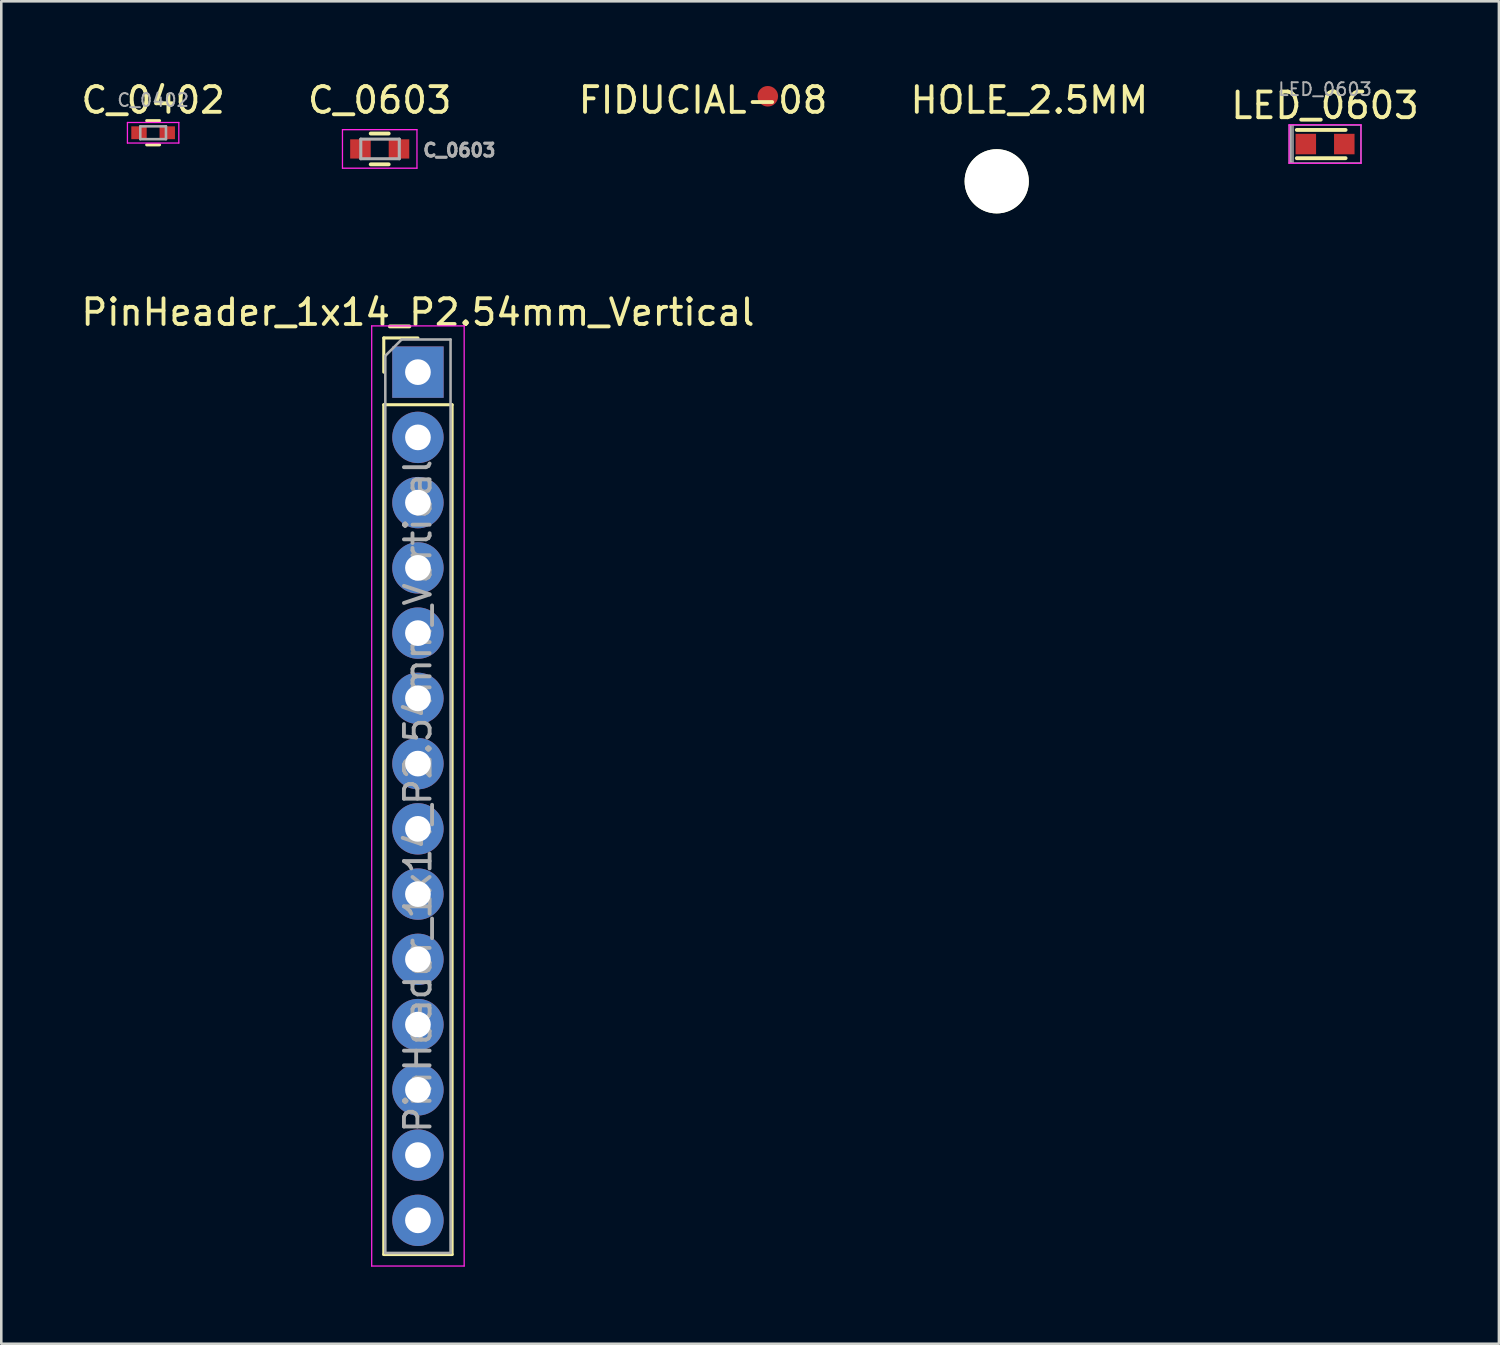
<source format=kicad_pcb>
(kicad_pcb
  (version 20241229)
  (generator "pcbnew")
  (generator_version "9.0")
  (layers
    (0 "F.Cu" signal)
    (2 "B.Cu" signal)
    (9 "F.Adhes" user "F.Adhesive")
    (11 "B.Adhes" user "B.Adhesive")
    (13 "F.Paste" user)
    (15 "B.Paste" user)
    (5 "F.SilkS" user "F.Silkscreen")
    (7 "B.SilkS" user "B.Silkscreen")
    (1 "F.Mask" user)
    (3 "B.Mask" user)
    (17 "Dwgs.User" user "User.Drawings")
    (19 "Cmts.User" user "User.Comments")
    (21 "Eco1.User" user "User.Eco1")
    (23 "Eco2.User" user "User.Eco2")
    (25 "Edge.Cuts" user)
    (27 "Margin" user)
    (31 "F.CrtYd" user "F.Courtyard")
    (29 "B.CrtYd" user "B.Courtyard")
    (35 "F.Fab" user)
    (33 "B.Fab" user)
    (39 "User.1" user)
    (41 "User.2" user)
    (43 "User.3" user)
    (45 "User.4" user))
  (footprint "PinHeader_1x14_P2.54mm_Vertical"
    (layer "F.Cu")
    (at 13.22 11.437)
    (property "Reference" "PinHeader_1x14_P2.54mm_Vertical" (at 0 -2.33 0) (layer "F.SilkS") (effects (font (size 1 1) (thickness 0.15))))
    (attr through_hole)
    (fp_line (start -1.33 -1.33) (end 0 -1.33) (stroke (width 0.12) (type solid)) (layer "F.SilkS"))
    (fp_line (start -1.33 0) (end -1.33 -1.33) (stroke (width 0.12) (type solid)) (layer "F.SilkS"))
    (fp_line (start -1.33 1.27) (end -1.33 34.35) (stroke (width 0.12) (type solid)) (layer "F.SilkS"))
    (fp_line (start -1.33 1.27) (end 1.33 1.27) (stroke (width 0.12) (type solid)) (layer "F.SilkS"))
    (fp_line (start -1.33 34.35) (end 1.33 34.35) (stroke (width 0.12) (type solid)) (layer "F.SilkS"))
    (fp_line (start 1.33 1.27) (end 1.33 34.35) (stroke (width 0.12) (type solid)) (layer "F.SilkS"))
    (fp_line (start -1.8 -1.8) (end -1.8 34.8) (stroke (width 0.05) (type solid)) (layer "F.CrtYd"))
    (fp_line (start -1.8 34.8) (end 1.8 34.8) (stroke (width 0.05) (type solid)) (layer "F.CrtYd"))
    (fp_line (start 1.8 -1.8) (end -1.8 -1.8) (stroke (width 0.05) (type solid)) (layer "F.CrtYd"))
    (fp_line (start 1.8 34.8) (end 1.8 -1.8) (stroke (width 0.05) (type solid)) (layer "F.CrtYd"))
    (fp_line (start -1.27 -0.635) (end -0.635 -1.27) (stroke (width 0.1) (type solid)) (layer "F.Fab"))
    (fp_line (start -1.27 34.29) (end -1.27 -0.635) (stroke (width 0.1) (type solid)) (layer "F.Fab"))
    (fp_line (start -0.635 -1.27) (end 1.27 -1.27) (stroke (width 0.1) (type solid)) (layer "F.Fab"))
    (fp_line (start 1.27 -1.27) (end 1.27 34.29) (stroke (width 0.1) (type solid)) (layer "F.Fab"))
    (fp_line (start 1.27 34.29) (end -1.27 34.29) (stroke (width 0.1) (type solid)) (layer "F.Fab"))
    (fp_text user "${REFERENCE}" (at 0 16.51 90) (layer "F.Fab") (effects (font (size 1 1) (thickness 0.15))))
    (pad "1" thru_hole rect (at 0 0) (size 2 2) (drill 1) (layers "*.Cu" "*.Mask"))
    (pad "2" thru_hole oval (at 0 2.54) (size 2 2) (drill 1) (layers "*.Cu" "*.Mask"))
    (pad "3" thru_hole oval (at 0 5.08) (size 2 2) (drill 1) (layers "*.Cu" "*.Mask"))
    (pad "4" thru_hole oval (at 0 7.62) (size 2 2) (drill 1) (layers "*.Cu" "*.Mask"))
    (pad "5" thru_hole oval (at 0 10.16) (size 2 2) (drill 1) (layers "*.Cu" "*.Mask"))
    (pad "6" thru_hole oval (at 0 12.7) (size 2 2) (drill 1) (layers "*.Cu" "*.Mask"))
    (pad "7" thru_hole oval (at 0 15.24) (size 2 2) (drill 1) (layers "*.Cu" "*.Mask"))
    (pad "8" thru_hole oval (at 0 17.78) (size 2 2) (drill 1) (layers "*.Cu" "*.Mask"))
    (pad "9" thru_hole oval (at 0 20.32) (size 2 2) (drill 1) (layers "*.Cu" "*.Mask"))
    (pad "10" thru_hole oval (at 0 22.86) (size 2 2) (drill 1) (layers "*.Cu" "*.Mask"))
    (pad "11" thru_hole oval (at 0 25.4) (size 2 2) (drill 1) (layers "*.Cu" "*.Mask"))
    (pad "12" thru_hole oval (at 0 27.94) (size 2 2) (drill 1) (layers "*.Cu" "*.Mask"))
    (pad "13" thru_hole oval (at 0 30.48) (size 2 2) (drill 1) (layers "*.Cu" "*.Mask"))
    (pad "14" thru_hole oval (at 0 33.02) (size 2 2) (drill 1) (layers "*.Cu" "*.Mask")))
  (footprint "FIDUCIAL-08"
    (layer "F.Cu")
    (at 26.84 0.698)
    (property "Reference" "FIDUCIAL-08" (at -2.52 0.15 0) (layer "F.SilkS") (effects (font (size 1 1) (thickness 0.15))))
    (attr smd)
    (pad "" smd circle (at 0 0) (size 0.8 0.8) (layers "F.Cu" "F.Mask")))
  (footprint "C_0402"
    (layer "F.Cu")
    (at 2.911 2.118)
    (property "Reference" "C_0402" (at 0 -1.27 0) (layer "F.SilkS") (effects (font (size 1 1) (thickness 0.15))))
    (attr smd)
    (fp_line (start -0.25 0.47) (end 0.25 0.47) (stroke (width 0.12) (type solid)) (layer "F.SilkS"))
    (fp_line (start 0.25 -0.47) (end -0.25 -0.47) (stroke (width 0.12) (type solid)) (layer "F.SilkS"))
    (fp_line (start -1 -0.4) (end -1 0.4) (stroke (width 0.05) (type solid)) (layer "F.CrtYd"))
    (fp_line (start -1 -0.4) (end 1 -0.4) (stroke (width 0.05) (type solid)) (layer "F.CrtYd"))
    (fp_line (start 1 0.4) (end -1 0.4) (stroke (width 0.05) (type solid)) (layer "F.CrtYd"))
    (fp_line (start 1 0.4) (end 1 -0.4) (stroke (width 0.05) (type solid)) (layer "F.CrtYd"))
    (fp_line (start -0.5 -0.25) (end 0.5 -0.25) (stroke (width 0.1) (type solid)) (layer "F.Fab"))
    (fp_line (start -0.5 0.25) (end -0.5 -0.25) (stroke (width 0.1) (type solid)) (layer "F.Fab"))
    (fp_line (start 0.5 -0.25) (end 0.5 0.25) (stroke (width 0.1) (type solid)) (layer "F.Fab"))
    (fp_line (start 0.5 0.25) (end -0.5 0.25) (stroke (width 0.1) (type solid)) (layer "F.Fab"))
    (fp_text user "${REFERENCE}" (at 0 -1.27 0) (layer "F.Fab") (effects (font (size 0.5 0.5) (thickness 0.075))))
    (pad "1" smd rect (at -0.55 0) (size 0.6 0.5) (layers "F.Cu" "F.Mask" "F.Paste"))
    (pad "2" smd rect (at 0.55 0) (size 0.6 0.5) (layers "F.Cu" "F.Mask" "F.Paste")))
  (footprint "C_0603"
    (layer "F.Cu")
    (at 11.732 2.748)
    (property "Reference" "C_0603" (at 0 -1.9 0) (layer "F.SilkS") (effects (font (size 1 1) (thickness 0.15))))
    (attr smd)
    (fp_line (start -0.35 -0.6) (end 0.35 -0.6) (stroke (width 0.15) (type solid)) (layer "F.SilkS"))
    (fp_line (start 0.35 0.6) (end -0.35 0.6) (stroke (width 0.15) (type solid)) (layer "F.SilkS"))
    (fp_line (start -1.45 -0.75) (end -1.45 0.75) (stroke (width 0.05) (type solid)) (layer "F.CrtYd"))
    (fp_line (start -1.45 -0.75) (end 1.45 -0.75) (stroke (width 0.05) (type solid)) (layer "F.CrtYd"))
    (fp_line (start -1.45 0.75) (end 1.45 0.75) (stroke (width 0.05) (type solid)) (layer "F.CrtYd"))
    (fp_line (start 1.45 -0.75) (end 1.45 0.75) (stroke (width 0.05) (type solid)) (layer "F.CrtYd"))
    (fp_line (start -0.737 -0.381) (end 0.762 -0.381) (stroke (width 0.12) (type solid)) (layer "F.Fab"))
    (fp_line (start -0.737 0.381) (end -0.737 -0.381) (stroke (width 0.12) (type solid)) (layer "F.Fab"))
    (fp_line (start 0.762 -0.381) (end 0.762 0.381) (stroke (width 0.12) (type solid)) (layer "F.Fab"))
    (fp_line (start 0.762 0.381) (end -0.737 0.381) (stroke (width 0.12) (type solid)) (layer "F.Fab"))
    (fp_text user "${REFERENCE}" (at 3.099 0.051 0) (layer "F.Fab") (effects (font (size 0.5 0.5) (thickness 0.125))))
    (pad "1" smd rect (at -0.75 0) (size 0.8 0.75) (layers "F.Cu" "F.Mask" "F.Paste"))
    (pad "2" smd rect (at 0.75 0) (size 0.8 0.75) (layers "F.Cu" "F.Mask" "F.Paste")))
  (footprint "HOLE_2.5MM"
    (layer "F.Cu")
    (at 35.752 4.008)
    (property "Reference" "HOLE_2.5MM" (at 1.27 -3.16 0) (layer "F.SilkS") (effects (font (size 1 1) (thickness 0.15))))
    (attr through_hole)
    (pad "" np_thru_hole circle (at 0 0) (size 2.5 2.5) (drill 2.5) (layers "*.Cu" "*.Mask" "F.SilkS")))
  (footprint "LED_0603"
    (layer "F.Cu")
    (at 48.534 2.558)
    (property "Reference" "LED_0603" (at 0 -1.5 0) (layer "F.SilkS") (effects (font (size 1 1) (thickness 0.15))))
    (attr smd)
    (fp_line (start -1.1 -0.55) (end 0.8 -0.55) (stroke (width 0.15) (type solid)) (layer "F.SilkS"))
    (fp_line (start -1.1 0.55) (end 0.8 0.55) (stroke (width 0.15) (type solid)) (layer "F.SilkS"))
    (fp_line (start -1.4 -0.75) (end 1.4 -0.75) (stroke (width 0.05) (type solid)) (layer "F.CrtYd"))
    (fp_line (start -1.4 0.75) (end -1.4 -0.75) (stroke (width 0.05) (type solid)) (layer "F.CrtYd"))
    (fp_line (start 1.4 -0.75) (end 1.4 0.75) (stroke (width 0.05) (type solid)) (layer "F.CrtYd"))
    (fp_line (start 1.4 0.75) (end -1.4 0.75) (stroke (width 0.05) (type solid)) (layer "F.CrtYd"))
    (fp_line (start -1.397 -0.737) (end 1.397 -0.737) (stroke (width 0.05) (type solid)) (layer "F.Fab"))
    (fp_line (start -1.397 0.737) (end -1.397 -0.737) (stroke (width 0.05) (type solid)) (layer "F.Fab"))
    (fp_line (start -1.346 -0.737) (end -1.346 0.711) (stroke (width 0.05) (type solid)) (layer "F.Fab"))
    (fp_line (start -1.295 -0.737) (end -1.295 0.686) (stroke (width 0.05) (type solid)) (layer "F.Fab"))
    (fp_line (start -1.295 0.686) (end -1.295 0.711) (stroke (width 0.05) (type solid)) (layer "F.Fab"))
    (fp_line (start -1.245 -0.737) (end -1.245 0.711) (stroke (width 0.05) (type solid)) (layer "F.Fab"))
    (fp_line (start 1.397 -0.737) (end 1.397 0.737) (stroke (width 0.05) (type solid)) (layer "F.Fab"))
    (fp_line (start 1.397 0.737) (end -1.397 0.737) (stroke (width 0.05) (type solid)) (layer "F.Fab"))
    (fp_text user "${REFERENCE}" (at 0 -2.134 0) (layer "F.Fab") (effects (font (size 0.5 0.5) (thickness 0.075))))
    (pad "1" smd rect (at -0.749 0 180) (size 0.798 0.798) (layers "F.Cu" "F.Mask" "F.Paste"))
    (pad "2" smd rect (at 0.749 0 180) (size 0.798 0.798) (layers "F.Cu" "F.Mask" "F.Paste")))
  (gr_rect
    (start -3 -3)
    (end 55.302 49.261)
    (stroke (width 0.1) (type default))
    (fill no)
    (layer "Edge.Cuts")))
</source>
